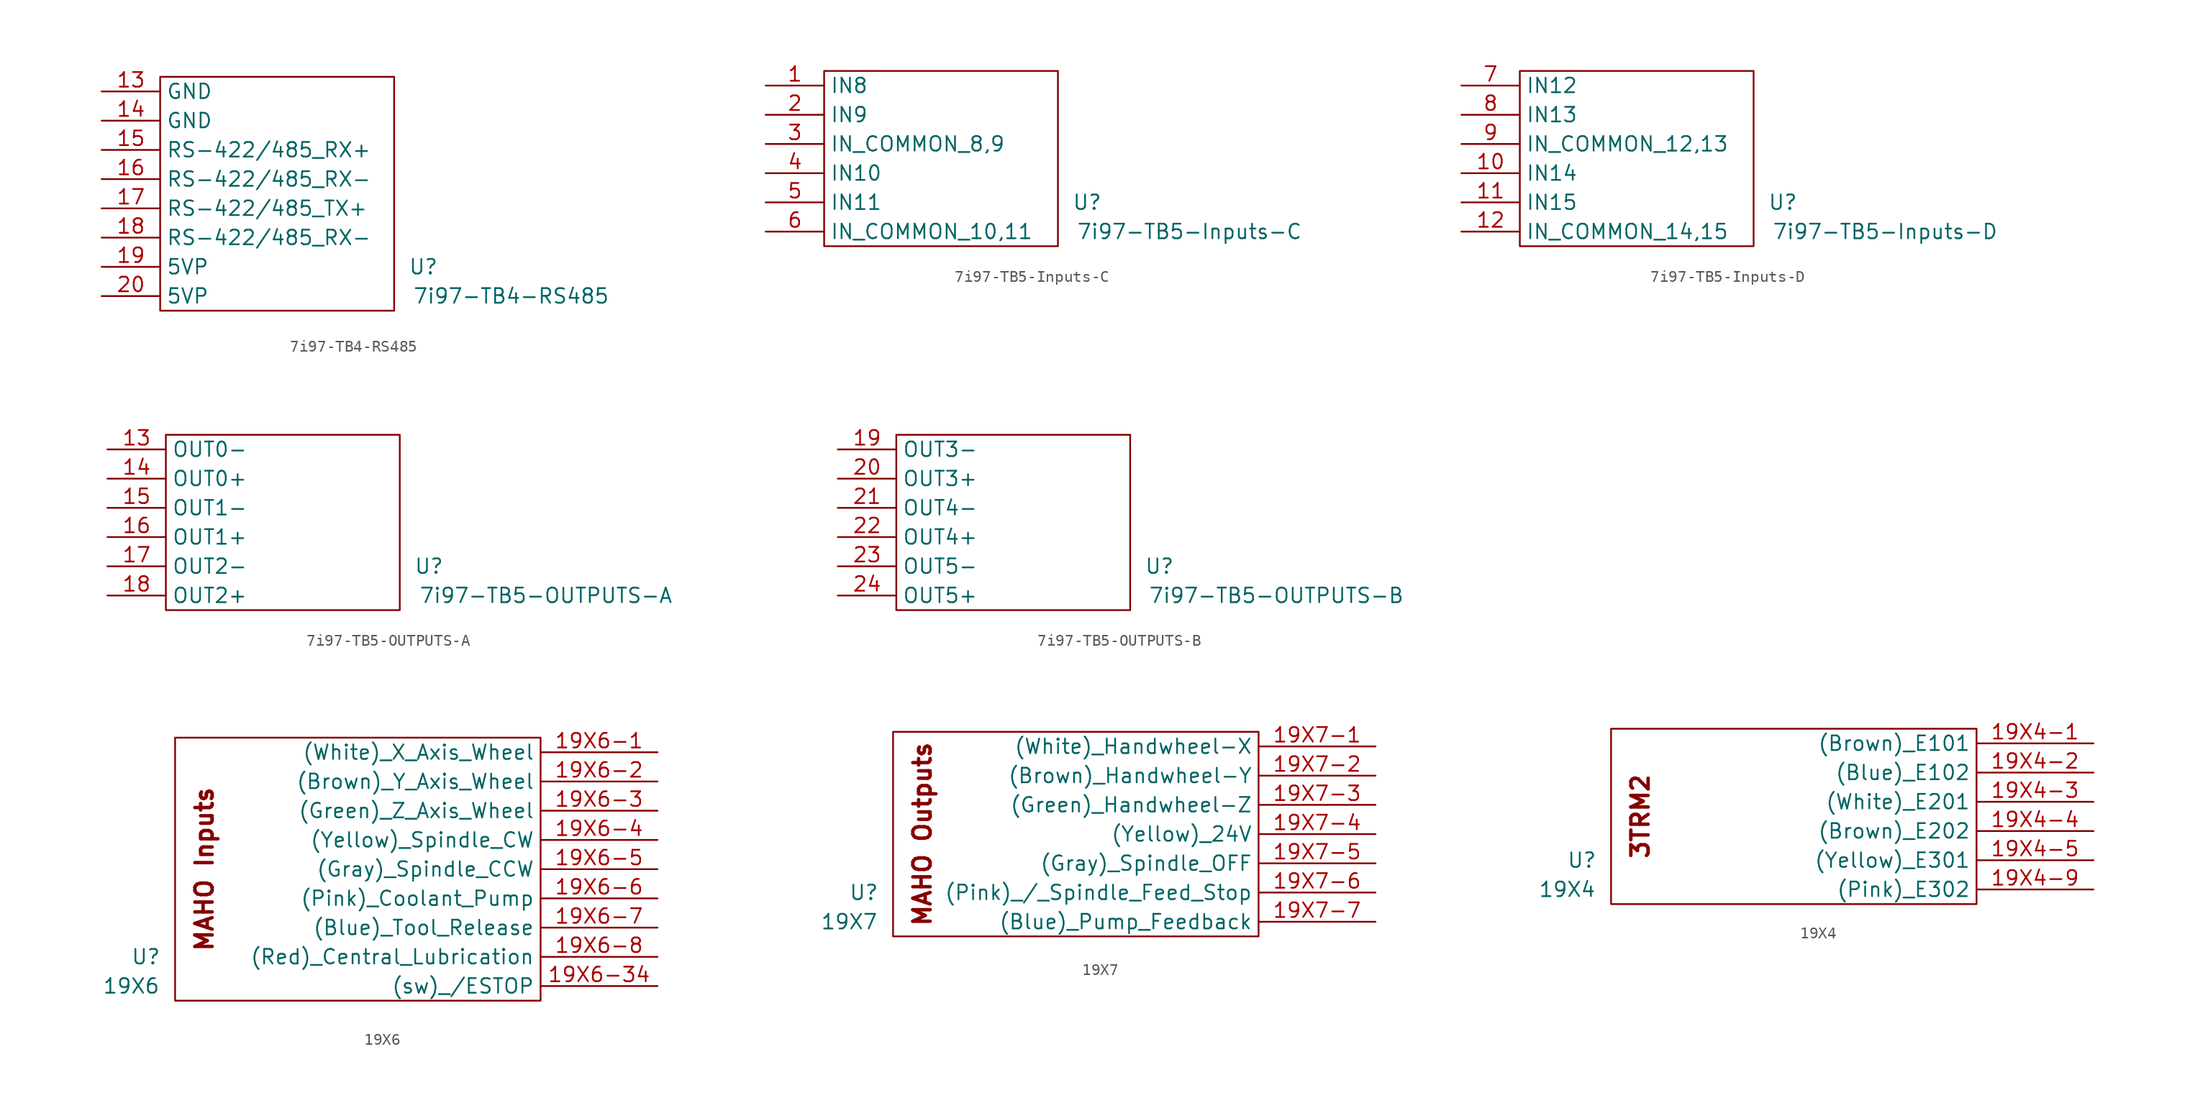
<source format=kicad_sym>
(kicad_symbol_lib
  (version 20241209)
  (generator "kicad_symbol_editor")
  (generator_version "9.0")
  (symbol "7i97-TB4-RS485"
    (property "Reference" "U"
      (at 12.7 -6.35 0)
      (effects (font (size 1.27 1.27))))
    (property "Value" "7i97-TB4-RS485"
      (at 20.32 -8.89 0)
      (effects (font (size 1.27 1.27))))
    (symbol "7i97-TB4-RS485_0_1"
      (rectangle (start -10.16 10.16) (end 10.16 -10.16) (stroke (width 0.152) (type default)) (fill (type none))))
    (symbol "7i97-TB4-RS485_1_1"
      (pin passive line (at -15.24 8.89 0) (length 5.08) (name "GND" (effects (font (size 1.27 1.27)))) (number "13" (effects (font (size 1.27 1.27)))))
      (pin passive line (at -15.24 6.35 0) (length 5.08) (name "GND" (effects (font (size 1.27 1.27)))) (number "14" (effects (font (size 1.27 1.27)))))
      (pin passive line (at -15.24 3.81 0) (length 5.08) (name "RS-422/485_RX+" (effects (font (size 1.27 1.27)))) (number "15" (effects (font (size 1.27 1.27)))))
      (pin passive line (at -15.24 1.27 0) (length 5.08) (name "RS-422/485_RX-" (effects (font (size 1.27 1.27)))) (number "16" (effects (font (size 1.27 1.27)))))
      (pin passive line (at -15.24 -1.27 0) (length 5.08) (name "RS-422/485_TX+" (effects (font (size 1.27 1.27)))) (number "17" (effects (font (size 1.27 1.27)))))
      (pin passive line (at -15.24 -3.81 0) (length 5.08) (name "RS-422/485_RX-" (effects (font (size 1.27 1.27)))) (number "18" (effects (font (size 1.27 1.27)))))
      (pin passive line (at -15.24 -6.35 0) (length 5.08) (name "5VP" (effects (font (size 1.27 1.27)))) (number "19" (effects (font (size 1.27 1.27)))))
      (pin passive line (at -15.24 -8.89 0) (length 5.08) (name "5VP" (effects (font (size 1.27 1.27)))) (number "20" (effects (font (size 1.27 1.27)))))))
  (symbol "7i97-TB5-Inputs-C"
    (property "Reference" "U"
      (at 12.7 -3.81 0)
      (effects (font (size 1.27 1.27))))
    (property "Value" "7i97-TB5-Inputs-C"
      (at 21.59 -6.35 0)
      (effects (font (size 1.27 1.27))))
    (symbol "7i97-TB5-Inputs-C_0_1"
      (rectangle (start -10.16 7.62) (end 10.16 -7.62) (stroke (width 0.152) (type default)) (fill (type none))))
    (symbol "7i97-TB5-Inputs-C_1_1"
      (pin passive line (at -15.24 6.35 0) (length 5.08) (name "IN8" (effects (font (size 1.27 1.27)))) (number "1" (effects (font (size 1.27 1.27)))))
      (pin passive line (at -15.24 3.81 0) (length 5.08) (name "IN9" (effects (font (size 1.27 1.27)))) (number "2" (effects (font (size 1.27 1.27)))))
      (pin passive line (at -15.24 1.27 0) (length 5.08) (name "IN_COMMON_8,9" (effects (font (size 1.27 1.27)))) (number "3" (effects (font (size 1.27 1.27)))))
      (pin passive line (at -15.24 -1.27 0) (length 5.08) (name "IN10" (effects (font (size 1.27 1.27)))) (number "4" (effects (font (size 1.27 1.27)))))
      (pin passive line (at -15.24 -3.81 0) (length 5.08) (name "IN11" (effects (font (size 1.27 1.27)))) (number "5" (effects (font (size 1.27 1.27)))))
      (pin passive line (at -15.24 -6.35 0) (length 5.08) (name "IN_COMMON_10,11" (effects (font (size 1.27 1.27)))) (number "6" (effects (font (size 1.27 1.27)))))))
  (symbol "7i97-TB5-Inputs-D"
    (property "Reference" "U"
      (at 12.7 -3.81 0)
      (effects (font (size 1.27 1.27))))
    (property "Value" "7i97-TB5-Inputs-D"
      (at 21.59 -6.35 0)
      (effects (font (size 1.27 1.27))))
    (symbol "7i97-TB5-Inputs-D_0_1"
      (rectangle (start -10.16 7.62) (end 10.16 -7.62) (stroke (width 0.152) (type default)) (fill (type none))))
    (symbol "7i97-TB5-Inputs-D_1_1"
      (pin passive line (at -15.24 6.35 0) (length 5.08) (name "IN12" (effects (font (size 1.27 1.27)))) (number "7" (effects (font (size 1.27 1.27)))))
      (pin passive line (at -15.24 3.81 0) (length 5.08) (name "IN13" (effects (font (size 1.27 1.27)))) (number "8" (effects (font (size 1.27 1.27)))))
      (pin passive line (at -15.24 1.27 0) (length 5.08) (name "IN_COMMON_12,13" (effects (font (size 1.27 1.27)))) (number "9" (effects (font (size 1.27 1.27)))))
      (pin passive line (at -15.24 -1.27 0) (length 5.08) (name "IN14" (effects (font (size 1.27 1.27)))) (number "10" (effects (font (size 1.27 1.27)))))
      (pin passive line (at -15.24 -3.81 0) (length 5.08) (name "IN15" (effects (font (size 1.27 1.27)))) (number "11" (effects (font (size 1.27 1.27)))))
      (pin passive line (at -15.24 -6.35 0) (length 5.08) (name "IN_COMMON_14,15" (effects (font (size 1.27 1.27)))) (number "12" (effects (font (size 1.27 1.27)))))))
  (symbol "7i97-TB5-OUTPUTS-A"
    (property "Reference" "U"
      (at 12.7 -3.81 0)
      (effects (font (size 1.27 1.27))))
    (property "Value" "7i97-TB5-OUTPUTS-A"
      (at 22.86 -6.35 0)
      (effects (font (size 1.27 1.27))))
    (symbol "7i97-TB5-OUTPUTS-A_0_1"
      (rectangle (start -10.16 7.62) (end 10.16 -7.62) (stroke (width 0.152) (type default)) (fill (type none))))
    (symbol "7i97-TB5-OUTPUTS-A_1_1"
      (pin passive line (at -15.24 6.35 0) (length 5.08) (name "OUT0-" (effects (font (size 1.27 1.27)))) (number "13" (effects (font (size 1.27 1.27)))))
      (pin passive line (at -15.24 3.81 0) (length 5.08) (name "OUT0+" (effects (font (size 1.27 1.27)))) (number "14" (effects (font (size 1.27 1.27)))))
      (pin passive line (at -15.24 1.27 0) (length 5.08) (name "OUT1-" (effects (font (size 1.27 1.27)))) (number "15" (effects (font (size 1.27 1.27)))))
      (pin passive line (at -15.24 -1.27 0) (length 5.08) (name "OUT1+" (effects (font (size 1.27 1.27)))) (number "16" (effects (font (size 1.27 1.27)))))
      (pin passive line (at -15.24 -3.81 0) (length 5.08) (name "OUT2-" (effects (font (size 1.27 1.27)))) (number "17" (effects (font (size 1.27 1.27)))))
      (pin passive line (at -15.24 -6.35 0) (length 5.08) (name "OUT2+" (effects (font (size 1.27 1.27)))) (number "18" (effects (font (size 1.27 1.27)))))))
  (symbol "7i97-TB5-OUTPUTS-B"
    (property "Reference" "U"
      (at 12.7 -3.81 0)
      (effects (font (size 1.27 1.27))))
    (property "Value" "7i97-TB5-OUTPUTS-B"
      (at 22.86 -6.35 0)
      (effects (font (size 1.27 1.27))))
    (symbol "7i97-TB5-OUTPUTS-B_0_1"
      (rectangle (start -10.16 7.62) (end 10.16 -7.62) (stroke (width 0.152) (type default)) (fill (type none))))
    (symbol "7i97-TB5-OUTPUTS-B_1_1"
      (pin passive line (at -15.24 6.35 0) (length 5.08) (name "OUT3-" (effects (font (size 1.27 1.27)))) (number "19" (effects (font (size 1.27 1.27)))))
      (pin passive line (at -15.24 3.81 0) (length 5.08) (name "OUT3+" (effects (font (size 1.27 1.27)))) (number "20" (effects (font (size 1.27 1.27)))))
      (pin passive line (at -15.24 1.27 0) (length 5.08) (name "OUT4-" (effects (font (size 1.27 1.27)))) (number "21" (effects (font (size 1.27 1.27)))))
      (pin passive line (at -15.24 -1.27 0) (length 5.08) (name "OUT4+" (effects (font (size 1.27 1.27)))) (number "22" (effects (font (size 1.27 1.27)))))
      (pin passive line (at -15.24 -3.81 0) (length 5.08) (name "OUT5-" (effects (font (size 1.27 1.27)))) (number "23" (effects (font (size 1.27 1.27)))))
      (pin passive line (at -15.24 -6.35 0) (length 5.08) (name "OUT5+" (effects (font (size 1.27 1.27)))) (number "24" (effects (font (size 1.27 1.27)))))))
  (symbol "19X6"
    (property "Reference" "U"
      (at -20.32 -7.62 0)
      (effects (font (size 1.27 1.27))))
    (property "Value" "19X6"
      (at -21.59 -10.16 0)
      (effects (font (size 1.27 1.27))))
    (symbol "19X6_0_1"
      (rectangle (start -17.78 11.43) (end 13.97 -11.43) (stroke (width 0.152) (type default)) (fill (type none))))
    (symbol "19X6_1_1"
      (text "MAHO Inputs" (at -15.24 0 900) (effects (font (size 1.5 1.5) (bold yes))))
      (pin passive line (at 24.13 10.16 180) (length 10.16) (name "(White)_X_Axis_Wheel" (effects (font (size 1.27 1.27)))) (number "19X6-1" (effects (font (size 1.27 1.27)))))
      (pin passive line (at 24.13 7.62 180) (length 10.16) (name "(Brown)_Y_Axis_Wheel" (effects (font (size 1.27 1.27)))) (number "19X6-2" (effects (font (size 1.27 1.27)))))
      (pin passive line (at 24.13 5.08 180) (length 10.16) (name "(Green)_Z_Axis_Wheel" (effects (font (size 1.27 1.27)))) (number "19X6-3" (effects (font (size 1.27 1.27)))))
      (pin passive line (at 24.13 2.54 180) (length 10.16) (name "(Yellow)_Spindle_CW" (effects (font (size 1.27 1.27)))) (number "19X6-4" (effects (font (size 1.27 1.27)))))
      (pin passive line (at 24.13 0 180) (length 10.16) (name "(Gray)_Spindle_CCW" (effects (font (size 1.27 1.27)))) (number "19X6-5" (effects (font (size 1.27 1.27)))))
      (pin passive line (at 24.13 -2.54 180) (length 10.16) (name "(Pink)_Coolant_Pump" (effects (font (size 1.27 1.27)))) (number "19X6-6" (effects (font (size 1.27 1.27)))))
      (pin passive line (at 24.13 -5.08 180) (length 10.16) (name "(Blue)_Tool_Release" (effects (font (size 1.27 1.27)))) (number "19X6-7" (effects (font (size 1.27 1.27)))))
      (pin passive line (at 24.13 -7.62 180) (length 10.16) (name "(Red)_Central_Lubrication" (effects (font (size 1.27 1.27)))) (number "19X6-8" (effects (font (size 1.27 1.27)))))
      (pin passive line (at 24.13 -10.16 180) (length 10.16) (name "(sw)_/ESTOP" (effects (font (size 1.27 1.27)))) (number "19X6-34" (effects (font (size 1.27 1.27)))))))
  (symbol "19X7"
    (property "Reference" "U"
      (at -20.32 -5.08 0)
      (effects (font (size 1.27 1.27))))
    (property "Value" "19X7"
      (at -21.59 -7.62 0)
      (effects (font (size 1.27 1.27))))
    (symbol "19X7_0_1"
      (rectangle (start -17.78 8.89) (end 13.97 -8.89) (stroke (width 0.152) (type default)) (fill (type none))))
    (symbol "19X7_1_1"
      (text "MAHO Outputs" (at -15.24 0 900) (effects (font (size 1.5 1.5) (bold yes))))
      (pin passive line (at 24.13 7.62 180) (length 10.16) (name "(White)_Handwheel-X" (effects (font (size 1.27 1.27)))) (number "19X7-1" (effects (font (size 1.27 1.27)))))
      (pin passive line (at 24.13 5.08 180) (length 10.16) (name "(Brown)_Handwheel-Y" (effects (font (size 1.27 1.27)))) (number "19X7-2" (effects (font (size 1.27 1.27)))))
      (pin passive line (at 24.13 2.54 180) (length 10.16) (name "(Green)_Handwheel-Z" (effects (font (size 1.27 1.27)))) (number "19X7-3" (effects (font (size 1.27 1.27)))))
      (pin passive line (at 24.13 0 180) (length 10.16) (name "(Yellow)_24V" (effects (font (size 1.27 1.27)))) (number "19X7-4" (effects (font (size 1.27 1.27)))))
      (pin passive line (at 24.13 -2.54 180) (length 10.16) (name "(Gray)_Spindle_OFF" (effects (font (size 1.27 1.27)))) (number "19X7-5" (effects (font (size 1.27 1.27)))))
      (pin passive line (at 24.13 -5.08 180) (length 10.16) (name "(Pink)_/_Spindle_Feed_Stop" (effects (font (size 1.27 1.27)))) (number "19X7-6" (effects (font (size 1.27 1.27)))))
      (pin passive line (at 24.13 -7.62 180) (length 10.16) (name "(Blue)_Pump_Feedback" (effects (font (size 1.27 1.27)))) (number "19X7-7" (effects (font (size 1.27 1.27)))))))
  (symbol "19Χ4"
    (property "Reference" "U"
      (at -20.32 -3.81 0)
      (effects (font (size 1.27 1.27))))
    (property "Value" "19Χ4"
      (at -21.59 -6.35 0)
      (effects (font (size 1.27 1.27))))
    (symbol "19Χ4_0_1"
      (rectangle (start -17.78 7.62) (end 13.97 -7.62) (stroke (width 0) (type default)) (fill (type none))))
    (symbol "19Χ4_1_1"
      (text "3TRM2" (at -15.24 0 900) (effects (font (size 1.5 1.5) (bold yes))))
      (pin passive line (at 24.13 6.35 180) (length 10.16) (name "(Brown)_E101" (effects (font (size 1.27 1.27)))) (number "19Χ4-1" (effects (font (size 1.27 1.27)))))
      (pin passive line (at 24.13 3.81 180) (length 10.16) (name "(Blue)_E102" (effects (font (size 1.27 1.27)))) (number "19Χ4-2" (effects (font (size 1.27 1.27)))))
      (pin passive line (at 24.13 1.27 180) (length 10.16) (name "(White)_E201" (effects (font (size 1.27 1.27)))) (number "19Χ4-3" (effects (font (size 1.27 1.27)))))
      (pin passive line (at 24.13 -1.27 180) (length 10.16) (name "(Brown)_E202" (effects (font (size 1.27 1.27)))) (number "19Χ4-4" (effects (font (size 1.27 1.27)))))
      (pin passive line (at 24.13 -3.81 180) (length 10.16) (name "(Yellow)_E301" (effects (font (size 1.27 1.27)))) (number "19Χ4-5" (effects (font (size 1.27 1.27)))))
      (pin passive line (at 24.13 -6.35 180) (length 10.16) (name "(Pink)_E302" (effects (font (size 1.27 1.27)))) (number "19Χ4-9" (effects (font (size 1.27 1.27))))))))
</source>
